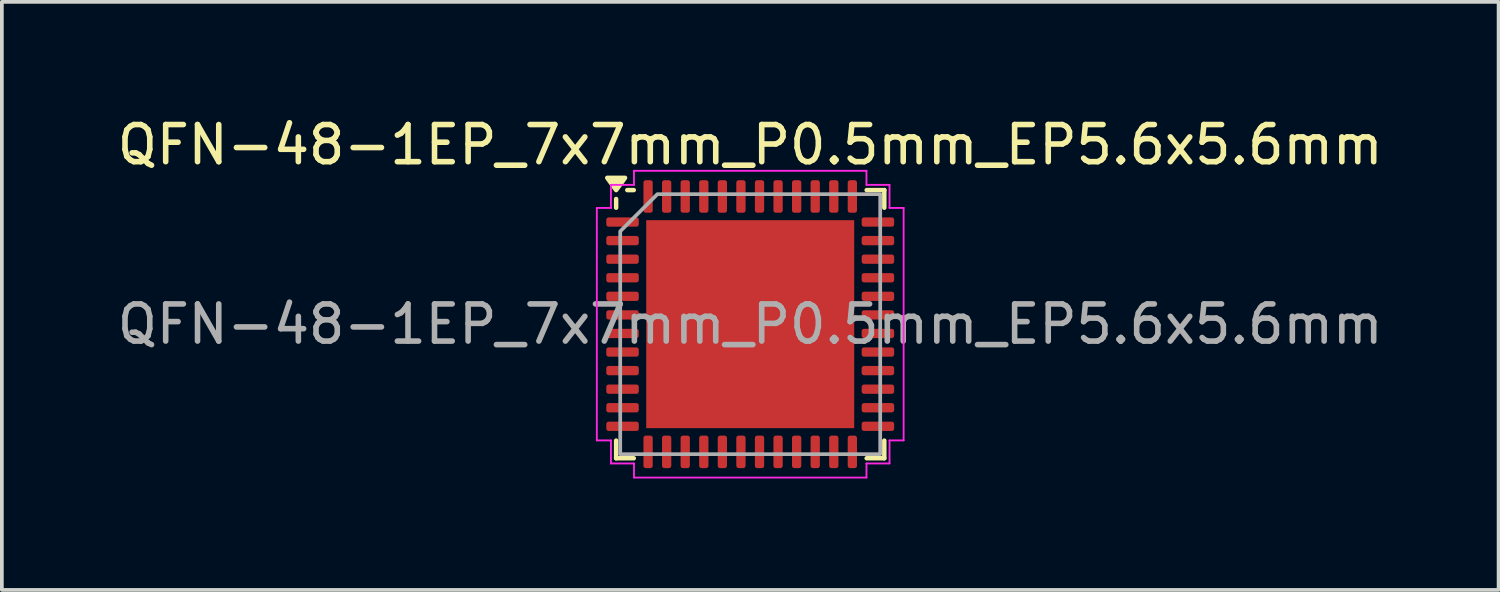
<source format=kicad_pcb>
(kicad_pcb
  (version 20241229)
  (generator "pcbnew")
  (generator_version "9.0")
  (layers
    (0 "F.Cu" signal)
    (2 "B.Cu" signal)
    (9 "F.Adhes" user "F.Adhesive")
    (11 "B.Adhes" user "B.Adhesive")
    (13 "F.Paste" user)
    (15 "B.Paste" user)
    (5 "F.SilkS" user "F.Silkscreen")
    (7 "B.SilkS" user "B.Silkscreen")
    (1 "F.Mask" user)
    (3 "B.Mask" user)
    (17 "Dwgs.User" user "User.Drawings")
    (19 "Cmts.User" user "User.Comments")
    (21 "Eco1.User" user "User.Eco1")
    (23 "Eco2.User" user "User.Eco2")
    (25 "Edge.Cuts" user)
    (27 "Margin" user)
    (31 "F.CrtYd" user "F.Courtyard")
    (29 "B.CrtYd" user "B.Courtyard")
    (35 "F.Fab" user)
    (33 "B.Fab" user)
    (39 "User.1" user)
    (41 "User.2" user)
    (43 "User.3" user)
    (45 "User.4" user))
  (footprint "QFN-48-1EP_7x7mm_P0.5mm_EP5.6x5.6mm"
    (layer "F.Cu")
    (at 17.149 5.678)
    (property "Reference" "QFN-48-1EP_7x7mm_P0.5mm_EP5.6x5.6mm" (at 0 -4.83 0) (layer "F.SilkS") (effects (font (size 1 1) (thickness 0.15))))
    (attr smd)
    (fp_line (start -3.61 -3.135) (end -3.61 -3.37) (stroke (width 0.12) (type solid)) (layer "F.SilkS"))
    (fp_line (start -3.61 3.61) (end -3.61 3.135) (stroke (width 0.12) (type solid)) (layer "F.SilkS"))
    (fp_line (start -3.135 -3.61) (end -3.31 -3.61) (stroke (width 0.12) (type solid)) (layer "F.SilkS"))
    (fp_line (start -3.135 3.61) (end -3.61 3.61) (stroke (width 0.12) (type solid)) (layer "F.SilkS"))
    (fp_line (start 3.135 -3.61) (end 3.61 -3.61) (stroke (width 0.12) (type solid)) (layer "F.SilkS"))
    (fp_line (start 3.135 3.61) (end 3.61 3.61) (stroke (width 0.12) (type solid)) (layer "F.SilkS"))
    (fp_line (start 3.61 -3.61) (end 3.61 -3.135) (stroke (width 0.12) (type solid)) (layer "F.SilkS"))
    (fp_line (start 3.61 3.61) (end 3.61 3.135) (stroke (width 0.12) (type solid)) (layer "F.SilkS"))
    (fp_poly (pts (xy -3.61 -3.61) (xy -3.85 -3.94) (xy -3.37 -3.94)) (stroke (width 0.12) (type solid)) (fill yes) (layer "F.SilkS"))
    (fp_line (start -4.13 -3.13) (end -3.75 -3.13) (stroke (width 0.05) (type solid)) (layer "F.CrtYd"))
    (fp_line (start -4.13 3.13) (end -4.13 -3.13) (stroke (width 0.05) (type solid)) (layer "F.CrtYd"))
    (fp_line (start -3.75 -3.75) (end -3.13 -3.75) (stroke (width 0.05) (type solid)) (layer "F.CrtYd"))
    (fp_line (start -3.75 -3.13) (end -3.75 -3.75) (stroke (width 0.05) (type solid)) (layer "F.CrtYd"))
    (fp_line (start -3.75 3.13) (end -4.13 3.13) (stroke (width 0.05) (type solid)) (layer "F.CrtYd"))
    (fp_line (start -3.75 3.75) (end -3.75 3.13) (stroke (width 0.05) (type solid)) (layer "F.CrtYd"))
    (fp_line (start -3.13 -4.13) (end 3.13 -4.13) (stroke (width 0.05) (type solid)) (layer "F.CrtYd"))
    (fp_line (start -3.13 -3.75) (end -3.13 -4.13) (stroke (width 0.05) (type solid)) (layer "F.CrtYd"))
    (fp_line (start -3.13 3.75) (end -3.75 3.75) (stroke (width 0.05) (type solid)) (layer "F.CrtYd"))
    (fp_line (start -3.13 4.13) (end -3.13 3.75) (stroke (width 0.05) (type solid)) (layer "F.CrtYd"))
    (fp_line (start 3.13 -4.13) (end 3.13 -3.75) (stroke (width 0.05) (type solid)) (layer "F.CrtYd"))
    (fp_line (start 3.13 -3.75) (end 3.75 -3.75) (stroke (width 0.05) (type solid)) (layer "F.CrtYd"))
    (fp_line (start 3.13 3.75) (end 3.13 4.13) (stroke (width 0.05) (type solid)) (layer "F.CrtYd"))
    (fp_line (start 3.13 4.13) (end -3.13 4.13) (stroke (width 0.05) (type solid)) (layer "F.CrtYd"))
    (fp_line (start 3.75 -3.75) (end 3.75 -3.13) (stroke (width 0.05) (type solid)) (layer "F.CrtYd"))
    (fp_line (start 3.75 -3.13) (end 4.13 -3.13) (stroke (width 0.05) (type solid)) (layer "F.CrtYd"))
    (fp_line (start 3.75 3.13) (end 3.75 3.75) (stroke (width 0.05) (type solid)) (layer "F.CrtYd"))
    (fp_line (start 3.75 3.75) (end 3.13 3.75) (stroke (width 0.05) (type solid)) (layer "F.CrtYd"))
    (fp_line (start 4.13 -3.13) (end 4.13 3.13) (stroke (width 0.05) (type solid)) (layer "F.CrtYd"))
    (fp_line (start 4.13 3.13) (end 3.75 3.13) (stroke (width 0.05) (type solid)) (layer "F.CrtYd"))
    (fp_poly (pts (xy -3.5 -2.5) (xy -3.5 3.5) (xy 3.5 3.5) (xy 3.5 -3.5) (xy -2.5 -3.5)) (stroke (width 0.1) (type solid)) (fill no) (layer "F.Fab"))
    (fp_text user "${REFERENCE}" (at 0 0 0) (layer "F.Fab") (effects (font (size 1 1) (thickness 0.15))))
    (pad "" smd roundrect (at -2.1 -2.1) (size 1.13 1.13) (layers "F.Paste") (roundrect_rratio 0.221))
    (pad "" smd roundrect (at -2.1 -0.7) (size 1.13 1.13) (layers "F.Paste") (roundrect_rratio 0.221))
    (pad "" smd roundrect (at -2.1 0.7) (size 1.13 1.13) (layers "F.Paste") (roundrect_rratio 0.221))
    (pad "" smd roundrect (at -2.1 2.1) (size 1.13 1.13) (layers "F.Paste") (roundrect_rratio 0.221))
    (pad "" smd roundrect (at -0.7 -2.1) (size 1.13 1.13) (layers "F.Paste") (roundrect_rratio 0.221))
    (pad "" smd roundrect (at -0.7 -0.7) (size 1.13 1.13) (layers "F.Paste") (roundrect_rratio 0.221))
    (pad "" smd roundrect (at -0.7 0.7) (size 1.13 1.13) (layers "F.Paste") (roundrect_rratio 0.221))
    (pad "" smd roundrect (at -0.7 2.1) (size 1.13 1.13) (layers "F.Paste") (roundrect_rratio 0.221))
    (pad "" smd roundrect (at 0.7 -2.1) (size 1.13 1.13) (layers "F.Paste") (roundrect_rratio 0.221))
    (pad "" smd roundrect (at 0.7 -0.7) (size 1.13 1.13) (layers "F.Paste") (roundrect_rratio 0.221))
    (pad "" smd roundrect (at 0.7 0.7) (size 1.13 1.13) (layers "F.Paste") (roundrect_rratio 0.221))
    (pad "" smd roundrect (at 0.7 2.1) (size 1.13 1.13) (layers "F.Paste") (roundrect_rratio 0.221))
    (pad "" smd roundrect (at 2.1 -2.1) (size 1.13 1.13) (layers "F.Paste") (roundrect_rratio 0.221))
    (pad "" smd roundrect (at 2.1 -0.7) (size 1.13 1.13) (layers "F.Paste") (roundrect_rratio 0.221))
    (pad "" smd roundrect (at 2.1 0.7) (size 1.13 1.13) (layers "F.Paste") (roundrect_rratio 0.221))
    (pad "" smd roundrect (at 2.1 2.1) (size 1.13 1.13) (layers "F.Paste") (roundrect_rratio 0.221))
    (pad "1" smd roundrect (at -3.438 -2.75) (size 0.875 0.25) (layers "F.Cu" "F.Mask" "F.Paste") (roundrect_rratio 0.25))
    (pad "2" smd roundrect (at -3.438 -2.25) (size 0.875 0.25) (layers "F.Cu" "F.Mask" "F.Paste") (roundrect_rratio 0.25))
    (pad "3" smd roundrect (at -3.438 -1.75) (size 0.875 0.25) (layers "F.Cu" "F.Mask" "F.Paste") (roundrect_rratio 0.25))
    (pad "4" smd roundrect (at -3.438 -1.25) (size 0.875 0.25) (layers "F.Cu" "F.Mask" "F.Paste") (roundrect_rratio 0.25))
    (pad "5" smd roundrect (at -3.438 -0.75) (size 0.875 0.25) (layers "F.Cu" "F.Mask" "F.Paste") (roundrect_rratio 0.25))
    (pad "6" smd roundrect (at -3.438 -0.25) (size 0.875 0.25) (layers "F.Cu" "F.Mask" "F.Paste") (roundrect_rratio 0.25))
    (pad "7" smd roundrect (at -3.438 0.25) (size 0.875 0.25) (layers "F.Cu" "F.Mask" "F.Paste") (roundrect_rratio 0.25))
    (pad "8" smd roundrect (at -3.438 0.75) (size 0.875 0.25) (layers "F.Cu" "F.Mask" "F.Paste") (roundrect_rratio 0.25))
    (pad "9" smd roundrect (at -3.438 1.25) (size 0.875 0.25) (layers "F.Cu" "F.Mask" "F.Paste") (roundrect_rratio 0.25))
    (pad "10" smd roundrect (at -3.438 1.75) (size 0.875 0.25) (layers "F.Cu" "F.Mask" "F.Paste") (roundrect_rratio 0.25))
    (pad "11" smd roundrect (at -3.438 2.25) (size 0.875 0.25) (layers "F.Cu" "F.Mask" "F.Paste") (roundrect_rratio 0.25))
    (pad "12" smd roundrect (at -3.438 2.75) (size 0.875 0.25) (layers "F.Cu" "F.Mask" "F.Paste") (roundrect_rratio 0.25))
    (pad "13" smd roundrect (at -2.75 3.438) (size 0.25 0.875) (layers "F.Cu" "F.Mask" "F.Paste") (roundrect_rratio 0.25))
    (pad "14" smd roundrect (at -2.25 3.438) (size 0.25 0.875) (layers "F.Cu" "F.Mask" "F.Paste") (roundrect_rratio 0.25))
    (pad "15" smd roundrect (at -1.75 3.438) (size 0.25 0.875) (layers "F.Cu" "F.Mask" "F.Paste") (roundrect_rratio 0.25))
    (pad "16" smd roundrect (at -1.25 3.438) (size 0.25 0.875) (layers "F.Cu" "F.Mask" "F.Paste") (roundrect_rratio 0.25))
    (pad "17" smd roundrect (at -0.75 3.438) (size 0.25 0.875) (layers "F.Cu" "F.Mask" "F.Paste") (roundrect_rratio 0.25))
    (pad "18" smd roundrect (at -0.25 3.438) (size 0.25 0.875) (layers "F.Cu" "F.Mask" "F.Paste") (roundrect_rratio 0.25))
    (pad "19" smd roundrect (at 0.25 3.438) (size 0.25 0.875) (layers "F.Cu" "F.Mask" "F.Paste") (roundrect_rratio 0.25))
    (pad "20" smd roundrect (at 0.75 3.438) (size 0.25 0.875) (layers "F.Cu" "F.Mask" "F.Paste") (roundrect_rratio 0.25))
    (pad "21" smd roundrect (at 1.25 3.438) (size 0.25 0.875) (layers "F.Cu" "F.Mask" "F.Paste") (roundrect_rratio 0.25))
    (pad "22" smd roundrect (at 1.75 3.438) (size 0.25 0.875) (layers "F.Cu" "F.Mask" "F.Paste") (roundrect_rratio 0.25))
    (pad "23" smd roundrect (at 2.25 3.438) (size 0.25 0.875) (layers "F.Cu" "F.Mask" "F.Paste") (roundrect_rratio 0.25))
    (pad "24" smd roundrect (at 2.75 3.438) (size 0.25 0.875) (layers "F.Cu" "F.Mask" "F.Paste") (roundrect_rratio 0.25))
    (pad "25" smd roundrect (at 3.438 2.75) (size 0.875 0.25) (layers "F.Cu" "F.Mask" "F.Paste") (roundrect_rratio 0.25))
    (pad "26" smd roundrect (at 3.438 2.25) (size 0.875 0.25) (layers "F.Cu" "F.Mask" "F.Paste") (roundrect_rratio 0.25))
    (pad "27" smd roundrect (at 3.438 1.75) (size 0.875 0.25) (layers "F.Cu" "F.Mask" "F.Paste") (roundrect_rratio 0.25))
    (pad "28" smd roundrect (at 3.438 1.25) (size 0.875 0.25) (layers "F.Cu" "F.Mask" "F.Paste") (roundrect_rratio 0.25))
    (pad "29" smd roundrect (at 3.438 0.75) (size 0.875 0.25) (layers "F.Cu" "F.Mask" "F.Paste") (roundrect_rratio 0.25))
    (pad "30" smd roundrect (at 3.438 0.25) (size 0.875 0.25) (layers "F.Cu" "F.Mask" "F.Paste") (roundrect_rratio 0.25))
    (pad "31" smd roundrect (at 3.438 -0.25) (size 0.875 0.25) (layers "F.Cu" "F.Mask" "F.Paste") (roundrect_rratio 0.25))
    (pad "32" smd roundrect (at 3.438 -0.75) (size 0.875 0.25) (layers "F.Cu" "F.Mask" "F.Paste") (roundrect_rratio 0.25))
    (pad "33" smd roundrect (at 3.438 -1.25) (size 0.875 0.25) (layers "F.Cu" "F.Mask" "F.Paste") (roundrect_rratio 0.25))
    (pad "34" smd roundrect (at 3.438 -1.75) (size 0.875 0.25) (layers "F.Cu" "F.Mask" "F.Paste") (roundrect_rratio 0.25))
    (pad "35" smd roundrect (at 3.438 -2.25) (size 0.875 0.25) (layers "F.Cu" "F.Mask" "F.Paste") (roundrect_rratio 0.25))
    (pad "36" smd roundrect (at 3.438 -2.75) (size 0.875 0.25) (layers "F.Cu" "F.Mask" "F.Paste") (roundrect_rratio 0.25))
    (pad "37" smd roundrect (at 2.75 -3.438) (size 0.25 0.875) (layers "F.Cu" "F.Mask" "F.Paste") (roundrect_rratio 0.25))
    (pad "38" smd roundrect (at 2.25 -3.438) (size 0.25 0.875) (layers "F.Cu" "F.Mask" "F.Paste") (roundrect_rratio 0.25))
    (pad "39" smd roundrect (at 1.75 -3.438) (size 0.25 0.875) (layers "F.Cu" "F.Mask" "F.Paste") (roundrect_rratio 0.25))
    (pad "40" smd roundrect (at 1.25 -3.438) (size 0.25 0.875) (layers "F.Cu" "F.Mask" "F.Paste") (roundrect_rratio 0.25))
    (pad "41" smd roundrect (at 0.75 -3.438) (size 0.25 0.875) (layers "F.Cu" "F.Mask" "F.Paste") (roundrect_rratio 0.25))
    (pad "42" smd roundrect (at 0.25 -3.438) (size 0.25 0.875) (layers "F.Cu" "F.Mask" "F.Paste") (roundrect_rratio 0.25))
    (pad "43" smd roundrect (at -0.25 -3.438) (size 0.25 0.875) (layers "F.Cu" "F.Mask" "F.Paste") (roundrect_rratio 0.25))
    (pad "44" smd roundrect (at -0.75 -3.438) (size 0.25 0.875) (layers "F.Cu" "F.Mask" "F.Paste") (roundrect_rratio 0.25))
    (pad "45" smd roundrect (at -1.25 -3.438) (size 0.25 0.875) (layers "F.Cu" "F.Mask" "F.Paste") (roundrect_rratio 0.25))
    (pad "46" smd roundrect (at -1.75 -3.438) (size 0.25 0.875) (layers "F.Cu" "F.Mask" "F.Paste") (roundrect_rratio 0.25))
    (pad "47" smd roundrect (at -2.25 -3.438) (size 0.25 0.875) (layers "F.Cu" "F.Mask" "F.Paste") (roundrect_rratio 0.25))
    (pad "48" smd roundrect (at -2.75 -3.438) (size 0.25 0.875) (layers "F.Cu" "F.Mask" "F.Paste") (roundrect_rratio 0.25))
    (pad "49" smd rect (at 0 0) (size 5.6 5.6) (property pad_prop_heatsink) (layers "F.Cu" "F.Mask")))
  (gr_rect
    (start -3 -3)
    (end 37.298 12.833)
    (stroke (width 0.1) (type default))
    (fill no)
    (layer "Edge.Cuts")))
</source>
